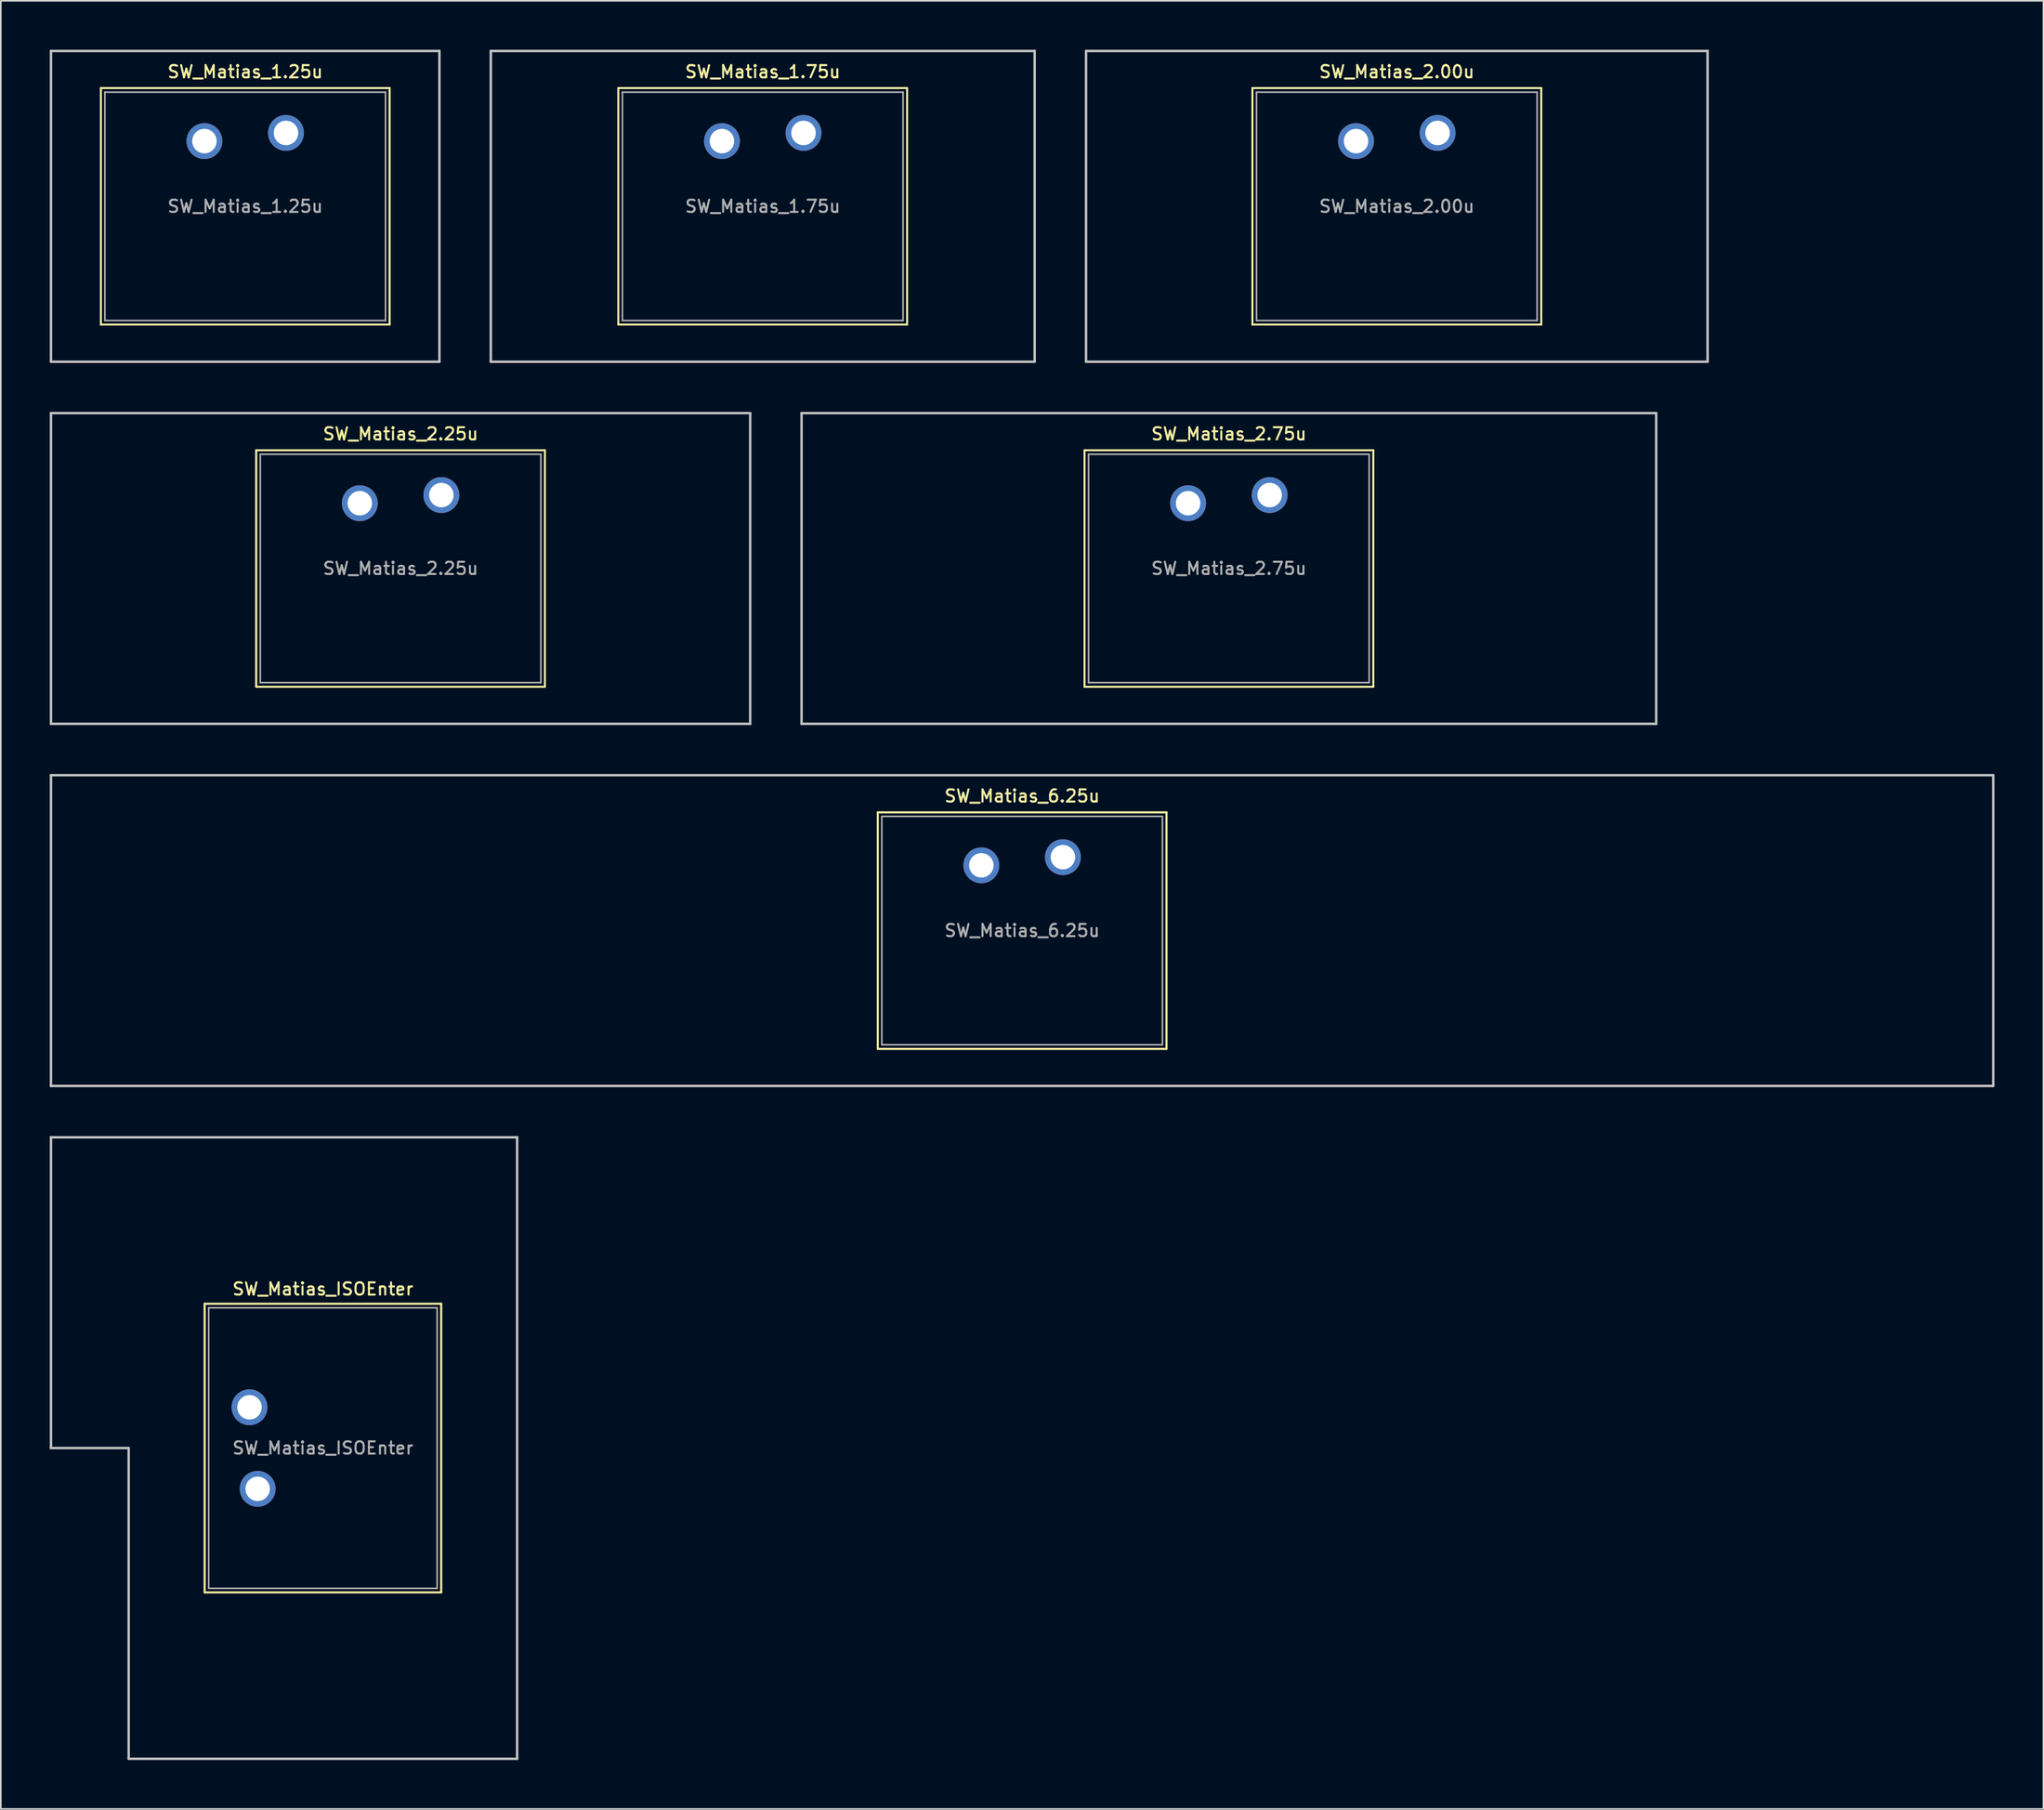
<source format=kicad_pcb>
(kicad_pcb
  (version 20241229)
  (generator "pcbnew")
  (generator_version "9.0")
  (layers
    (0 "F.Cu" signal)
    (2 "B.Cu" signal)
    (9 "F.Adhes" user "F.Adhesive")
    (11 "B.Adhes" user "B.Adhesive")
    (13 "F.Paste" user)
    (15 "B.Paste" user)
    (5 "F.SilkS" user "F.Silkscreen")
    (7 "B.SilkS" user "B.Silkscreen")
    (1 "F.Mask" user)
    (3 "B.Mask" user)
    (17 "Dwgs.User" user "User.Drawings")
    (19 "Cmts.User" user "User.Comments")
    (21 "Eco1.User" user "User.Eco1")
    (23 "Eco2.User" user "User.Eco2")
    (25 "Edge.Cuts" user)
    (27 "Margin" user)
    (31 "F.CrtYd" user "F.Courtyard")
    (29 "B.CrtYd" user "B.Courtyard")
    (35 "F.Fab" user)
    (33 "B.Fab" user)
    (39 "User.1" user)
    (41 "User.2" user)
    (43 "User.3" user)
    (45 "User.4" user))
  (footprint "SW_Matias_ISOEnter"
    (layer "F.Cu")
    (at 12.244 83.225)
    (property "Reference" "SW_Matias_ISOEnter" (at 4.5 -7.25 0) (layer "F.SilkS") (effects (font (size 0.75 0.75) (thickness 0.125))))
    (attr through_hole)
    (fp_line (start -2.75 -6.35) (end 11.75 -6.35) (stroke (width 0.12) (type solid)) (layer "F.SilkS"))
    (fp_line (start -2.75 11.35) (end -2.75 -6.35) (stroke (width 0.1) (type solid)) (layer "F.SilkS"))
    (fp_line (start -2.75 11.35) (end -2.75 -6.35) (stroke (width 0.12) (type solid)) (layer "F.SilkS"))
    (fp_line (start -2.75 11.35) (end 11.75 11.35) (stroke (width 0.1) (type solid)) (layer "F.SilkS"))
    (fp_line (start 11.75 -6.35) (end -2.75 -6.35) (stroke (width 0.1) (type solid)) (layer "F.SilkS"))
    (fp_line (start 11.75 -6.35) (end 11.75 11.35) (stroke (width 0.12) (type solid)) (layer "F.SilkS"))
    (fp_line (start 11.75 11.35) (end -2.75 11.35) (stroke (width 0.12) (type solid)) (layer "F.SilkS"))
    (fp_line (start 11.75 11.35) (end 11.75 -6.35) (stroke (width 0.1) (type solid)) (layer "F.SilkS"))
    (fp_line (start -12.169 -16.55) (end -12.169 2.5) (stroke (width 0.15) (type solid)) (layer "Dwgs.User"))
    (fp_line (start -12.169 -16.55) (end 16.406 -16.55) (stroke (width 0.15) (type solid)) (layer "Dwgs.User"))
    (fp_line (start -12.169 2.5) (end -7.406 2.5) (stroke (width 0.15) (type solid)) (layer "Dwgs.User"))
    (fp_line (start -7.406 21.55) (end -7.406 2.5) (stroke (width 0.15) (type solid)) (layer "Dwgs.User"))
    (fp_line (start 16.406 -16.55) (end 16.406 21.55) (stroke (width 0.15) (type solid)) (layer "Dwgs.User"))
    (fp_line (start 16.406 21.55) (end -7.406 21.55) (stroke (width 0.15) (type solid)) (layer "Dwgs.User"))
    (fp_line (start -2.5 -6.1) (end 11.5 -6.1) (stroke (width 0.1) (type solid)) (layer "F.Fab"))
    (fp_line (start -2.5 11.1) (end -2.5 -6.1) (stroke (width 0.1) (type solid)) (layer "F.Fab"))
    (fp_line (start 11.5 -6.1) (end 11.5 11.1) (stroke (width 0.1) (type solid)) (layer "F.Fab"))
    (fp_line (start 11.5 11.1) (end -2.5 11.1) (stroke (width 0.1) (type solid)) (layer "F.Fab"))
    (fp_text user "${REFERENCE}" (at 4.5 2.5 180) (layer "F.Fab") (effects (font (size 0.75 0.75) (thickness 0.125))))
    (pad "1" thru_hole circle (at 0 0) (size 2.2 2.2) (drill 1.5) (layers "*.Cu" "*.Mask"))
    (pad "2" thru_hole circle (at 0.5 5) (size 2.2 2.2) (drill 1.5) (layers "*.Cu" "*.Mask")))
  (footprint "SW_Matias_2.00u"
    (layer "F.Cu")
    (at 85.075 5.1)
    (property "Reference" "SW_Matias_2.00u" (at -2.5 -3.75 0) (layer "F.SilkS") (effects (font (size 0.75 0.75) (thickness 0.125))))
    (attr through_hole)
    (fp_line (start -11.35 -2.75) (end -11.35 11.75) (stroke (width 0.1) (type solid)) (layer "F.SilkS"))
    (fp_line (start -11.35 -2.75) (end 6.35 -2.75) (stroke (width 0.1) (type solid)) (layer "F.SilkS"))
    (fp_line (start -11.35 -2.75) (end 6.35 -2.75) (stroke (width 0.12) (type solid)) (layer "F.SilkS"))
    (fp_line (start -11.35 11.75) (end -11.35 -2.75) (stroke (width 0.12) (type solid)) (layer "F.SilkS"))
    (fp_line (start -11.35 11.75) (end 6.35 11.75) (stroke (width 0.1) (type solid)) (layer "F.SilkS"))
    (fp_line (start 6.35 -2.75) (end 6.35 11.75) (stroke (width 0.12) (type solid)) (layer "F.SilkS"))
    (fp_line (start 6.35 11.75) (end -11.35 11.75) (stroke (width 0.12) (type solid)) (layer "F.SilkS"))
    (fp_line (start 6.35 11.75) (end 6.35 -2.75) (stroke (width 0.1) (type solid)) (layer "F.SilkS"))
    (fp_line (start -21.55 -5.025) (end 16.55 -5.025) (stroke (width 0.15) (type solid)) (layer "Dwgs.User"))
    (fp_line (start -21.55 14.025) (end -21.55 -5.025) (stroke (width 0.15) (type solid)) (layer "Dwgs.User"))
    (fp_line (start 16.55 -5.025) (end 16.55 14.025) (stroke (width 0.15) (type solid)) (layer "Dwgs.User"))
    (fp_line (start 16.55 14.025) (end -21.55 14.025) (stroke (width 0.15) (type solid)) (layer "Dwgs.User"))
    (fp_line (start -11.1 -2.5) (end 6.1 -2.5) (stroke (width 0.1) (type solid)) (layer "F.Fab"))
    (fp_line (start -11.1 11.5) (end -11.1 -2.5) (stroke (width 0.1) (type solid)) (layer "F.Fab"))
    (fp_line (start 6.1 -2.5) (end 6.1 11.5) (stroke (width 0.1) (type solid)) (layer "F.Fab"))
    (fp_line (start 6.1 11.5) (end -11.1 11.5) (stroke (width 0.1) (type solid)) (layer "F.Fab"))
    (fp_text user "${REFERENCE}" (at -2.5 4.5 0) (layer "F.Fab") (effects (font (size 0.75 0.75) (thickness 0.125))))
    (pad "1" thru_hole circle (at 0 0) (size 2.2 2.2) (drill 1.5) (layers "*.Cu" "*.Mask"))
    (pad "2" thru_hole circle (at -5 0.5) (size 2.2 2.2) (drill 1.5) (layers "*.Cu" "*.Mask")))
  (footprint "SW_Matias_1.75u"
    (layer "F.Cu")
    (at 46.206 5.1)
    (property "Reference" "SW_Matias_1.75u" (at -2.5 -3.75 0) (layer "F.SilkS") (effects (font (size 0.75 0.75) (thickness 0.125))))
    (attr through_hole)
    (fp_line (start -11.35 -2.75) (end -11.35 11.75) (stroke (width 0.1) (type solid)) (layer "F.SilkS"))
    (fp_line (start -11.35 -2.75) (end 6.35 -2.75) (stroke (width 0.1) (type solid)) (layer "F.SilkS"))
    (fp_line (start -11.35 -2.75) (end 6.35 -2.75) (stroke (width 0.12) (type solid)) (layer "F.SilkS"))
    (fp_line (start -11.35 11.75) (end -11.35 -2.75) (stroke (width 0.12) (type solid)) (layer "F.SilkS"))
    (fp_line (start -11.35 11.75) (end 6.35 11.75) (stroke (width 0.1) (type solid)) (layer "F.SilkS"))
    (fp_line (start 6.35 -2.75) (end 6.35 11.75) (stroke (width 0.12) (type solid)) (layer "F.SilkS"))
    (fp_line (start 6.35 11.75) (end -11.35 11.75) (stroke (width 0.12) (type solid)) (layer "F.SilkS"))
    (fp_line (start 6.35 11.75) (end 6.35 -2.75) (stroke (width 0.1) (type solid)) (layer "F.SilkS"))
    (fp_line (start -19.169 -5.025) (end 14.169 -5.025) (stroke (width 0.15) (type solid)) (layer "Dwgs.User"))
    (fp_line (start -19.169 14.025) (end -19.169 -5.025) (stroke (width 0.15) (type solid)) (layer "Dwgs.User"))
    (fp_line (start 14.169 -5.025) (end 14.169 14.025) (stroke (width 0.15) (type solid)) (layer "Dwgs.User"))
    (fp_line (start 14.169 14.025) (end -19.169 14.025) (stroke (width 0.15) (type solid)) (layer "Dwgs.User"))
    (fp_line (start -11.1 -2.5) (end 6.1 -2.5) (stroke (width 0.1) (type solid)) (layer "F.Fab"))
    (fp_line (start -11.1 11.5) (end -11.1 -2.5) (stroke (width 0.1) (type solid)) (layer "F.Fab"))
    (fp_line (start 6.1 -2.5) (end 6.1 11.5) (stroke (width 0.1) (type solid)) (layer "F.Fab"))
    (fp_line (start 6.1 11.5) (end -11.1 11.5) (stroke (width 0.1) (type solid)) (layer "F.Fab"))
    (fp_text user "${REFERENCE}" (at -2.5 4.5 0) (layer "F.Fab") (effects (font (size 0.75 0.75) (thickness 0.125))))
    (pad "1" thru_hole circle (at 0 0) (size 2.2 2.2) (drill 1.5) (layers "*.Cu" "*.Mask"))
    (pad "2" thru_hole circle (at -5 0.5) (size 2.2 2.2) (drill 1.5) (layers "*.Cu" "*.Mask")))
  (footprint "SW_Matias_2.75u"
    (layer "F.Cu")
    (at 74.781 27.3)
    (property "Reference" "SW_Matias_2.75u" (at -2.5 -3.75 0) (layer "F.SilkS") (effects (font (size 0.75 0.75) (thickness 0.125))))
    (attr through_hole)
    (fp_line (start -11.35 -2.75) (end -11.35 11.75) (stroke (width 0.1) (type solid)) (layer "F.SilkS"))
    (fp_line (start -11.35 -2.75) (end 6.35 -2.75) (stroke (width 0.1) (type solid)) (layer "F.SilkS"))
    (fp_line (start -11.35 -2.75) (end 6.35 -2.75) (stroke (width 0.12) (type solid)) (layer "F.SilkS"))
    (fp_line (start -11.35 11.75) (end -11.35 -2.75) (stroke (width 0.12) (type solid)) (layer "F.SilkS"))
    (fp_line (start -11.35 11.75) (end 6.35 11.75) (stroke (width 0.1) (type solid)) (layer "F.SilkS"))
    (fp_line (start 6.35 -2.75) (end 6.35 11.75) (stroke (width 0.12) (type solid)) (layer "F.SilkS"))
    (fp_line (start 6.35 11.75) (end -11.35 11.75) (stroke (width 0.12) (type solid)) (layer "F.SilkS"))
    (fp_line (start 6.35 11.75) (end 6.35 -2.75) (stroke (width 0.1) (type solid)) (layer "F.SilkS"))
    (fp_line (start -28.694 -5.025) (end 23.694 -5.025) (stroke (width 0.15) (type solid)) (layer "Dwgs.User"))
    (fp_line (start -28.694 14.025) (end -28.694 -5.025) (stroke (width 0.15) (type solid)) (layer "Dwgs.User"))
    (fp_line (start 23.694 -5.025) (end 23.694 14.025) (stroke (width 0.15) (type solid)) (layer "Dwgs.User"))
    (fp_line (start 23.694 14.025) (end -28.694 14.025) (stroke (width 0.15) (type solid)) (layer "Dwgs.User"))
    (fp_line (start -11.1 -2.5) (end 6.1 -2.5) (stroke (width 0.1) (type solid)) (layer "F.Fab"))
    (fp_line (start -11.1 11.5) (end -11.1 -2.5) (stroke (width 0.1) (type solid)) (layer "F.Fab"))
    (fp_line (start 6.1 -2.5) (end 6.1 11.5) (stroke (width 0.1) (type solid)) (layer "F.Fab"))
    (fp_line (start 6.1 11.5) (end -11.1 11.5) (stroke (width 0.1) (type solid)) (layer "F.Fab"))
    (fp_text user "${REFERENCE}" (at -2.5 4.5 0) (layer "F.Fab") (effects (font (size 0.75 0.75) (thickness 0.125))))
    (pad "1" thru_hole circle (at 0 0) (size 2.2 2.2) (drill 1.5) (layers "*.Cu" "*.Mask"))
    (pad "2" thru_hole circle (at -5 0.5) (size 2.2 2.2) (drill 1.5) (layers "*.Cu" "*.Mask")))
  (footprint "SW_Matias_2.25u"
    (layer "F.Cu")
    (at 24.006 27.3)
    (property "Reference" "SW_Matias_2.25u" (at -2.5 -3.75 0) (layer "F.SilkS") (effects (font (size 0.75 0.75) (thickness 0.125))))
    (attr through_hole)
    (fp_line (start -11.35 -2.75) (end -11.35 11.75) (stroke (width 0.1) (type solid)) (layer "F.SilkS"))
    (fp_line (start -11.35 -2.75) (end 6.35 -2.75) (stroke (width 0.1) (type solid)) (layer "F.SilkS"))
    (fp_line (start -11.35 -2.75) (end 6.35 -2.75) (stroke (width 0.12) (type solid)) (layer "F.SilkS"))
    (fp_line (start -11.35 11.75) (end -11.35 -2.75) (stroke (width 0.12) (type solid)) (layer "F.SilkS"))
    (fp_line (start -11.35 11.75) (end 6.35 11.75) (stroke (width 0.1) (type solid)) (layer "F.SilkS"))
    (fp_line (start 6.35 -2.75) (end 6.35 11.75) (stroke (width 0.12) (type solid)) (layer "F.SilkS"))
    (fp_line (start 6.35 11.75) (end -11.35 11.75) (stroke (width 0.12) (type solid)) (layer "F.SilkS"))
    (fp_line (start 6.35 11.75) (end 6.35 -2.75) (stroke (width 0.1) (type solid)) (layer "F.SilkS"))
    (fp_line (start -23.931 -5.025) (end 18.931 -5.025) (stroke (width 0.15) (type solid)) (layer "Dwgs.User"))
    (fp_line (start -23.931 14.025) (end -23.931 -5.025) (stroke (width 0.15) (type solid)) (layer "Dwgs.User"))
    (fp_line (start 18.931 -5.025) (end 18.931 14.025) (stroke (width 0.15) (type solid)) (layer "Dwgs.User"))
    (fp_line (start 18.931 14.025) (end -23.931 14.025) (stroke (width 0.15) (type solid)) (layer "Dwgs.User"))
    (fp_line (start -11.1 -2.5) (end 6.1 -2.5) (stroke (width 0.1) (type solid)) (layer "F.Fab"))
    (fp_line (start -11.1 11.5) (end -11.1 -2.5) (stroke (width 0.1) (type solid)) (layer "F.Fab"))
    (fp_line (start 6.1 -2.5) (end 6.1 11.5) (stroke (width 0.1) (type solid)) (layer "F.Fab"))
    (fp_line (start 6.1 11.5) (end -11.1 11.5) (stroke (width 0.1) (type solid)) (layer "F.Fab"))
    (fp_text user "${REFERENCE}" (at -2.5 4.5 0) (layer "F.Fab") (effects (font (size 0.75 0.75) (thickness 0.125))))
    (pad "1" thru_hole circle (at 0 0) (size 2.2 2.2) (drill 1.5) (layers "*.Cu" "*.Mask"))
    (pad "2" thru_hole circle (at -5 0.5) (size 2.2 2.2) (drill 1.5) (layers "*.Cu" "*.Mask")))
  (footprint "SW_Matias_6.25u"
    (layer "F.Cu")
    (at 62.106 49.5)
    (property "Reference" "SW_Matias_6.25u" (at -2.5 -3.75 0) (layer "F.SilkS") (effects (font (size 0.75 0.75) (thickness 0.125))))
    (attr through_hole)
    (fp_line (start -11.35 -2.75) (end -11.35 11.75) (stroke (width 0.1) (type solid)) (layer "F.SilkS"))
    (fp_line (start -11.35 -2.75) (end 6.35 -2.75) (stroke (width 0.1) (type solid)) (layer "F.SilkS"))
    (fp_line (start -11.35 -2.75) (end 6.35 -2.75) (stroke (width 0.12) (type solid)) (layer "F.SilkS"))
    (fp_line (start -11.35 11.75) (end -11.35 -2.75) (stroke (width 0.12) (type solid)) (layer "F.SilkS"))
    (fp_line (start -11.35 11.75) (end 6.35 11.75) (stroke (width 0.1) (type solid)) (layer "F.SilkS"))
    (fp_line (start 6.35 -2.75) (end 6.35 11.75) (stroke (width 0.12) (type solid)) (layer "F.SilkS"))
    (fp_line (start 6.35 11.75) (end -11.35 11.75) (stroke (width 0.12) (type solid)) (layer "F.SilkS"))
    (fp_line (start 6.35 11.75) (end 6.35 -2.75) (stroke (width 0.1) (type solid)) (layer "F.SilkS"))
    (fp_line (start -62.031 -5.025) (end 57.031 -5.025) (stroke (width 0.15) (type solid)) (layer "Dwgs.User"))
    (fp_line (start -62.031 14.025) (end -62.031 -5.025) (stroke (width 0.15) (type solid)) (layer "Dwgs.User"))
    (fp_line (start 57.031 -5.025) (end 57.031 14.025) (stroke (width 0.15) (type solid)) (layer "Dwgs.User"))
    (fp_line (start 57.031 14.025) (end -62.031 14.025) (stroke (width 0.15) (type solid)) (layer "Dwgs.User"))
    (fp_line (start -11.1 -2.5) (end 6.1 -2.5) (stroke (width 0.1) (type solid)) (layer "F.Fab"))
    (fp_line (start -11.1 11.5) (end -11.1 -2.5) (stroke (width 0.1) (type solid)) (layer "F.Fab"))
    (fp_line (start 6.1 -2.5) (end 6.1 11.5) (stroke (width 0.1) (type solid)) (layer "F.Fab"))
    (fp_line (start 6.1 11.5) (end -11.1 11.5) (stroke (width 0.1) (type solid)) (layer "F.Fab"))
    (fp_text user "${REFERENCE}" (at -2.5 4.5 0) (layer "F.Fab") (effects (font (size 0.75 0.75) (thickness 0.125))))
    (pad "1" thru_hole circle (at 0 0) (size 2.2 2.2) (drill 1.5) (layers "*.Cu" "*.Mask"))
    (pad "2" thru_hole circle (at -5 0.5) (size 2.2 2.2) (drill 1.5) (layers "*.Cu" "*.Mask")))
  (footprint "SW_Matias_1.25u"
    (layer "F.Cu")
    (at 14.481 5.1)
    (property "Reference" "SW_Matias_1.25u" (at -2.5 -3.75 0) (layer "F.SilkS") (effects (font (size 0.75 0.75) (thickness 0.125))))
    (attr through_hole)
    (fp_line (start -11.35 -2.75) (end -11.35 11.75) (stroke (width 0.1) (type solid)) (layer "F.SilkS"))
    (fp_line (start -11.35 -2.75) (end 6.35 -2.75) (stroke (width 0.1) (type solid)) (layer "F.SilkS"))
    (fp_line (start -11.35 -2.75) (end 6.35 -2.75) (stroke (width 0.12) (type solid)) (layer "F.SilkS"))
    (fp_line (start -11.35 11.75) (end -11.35 -2.75) (stroke (width 0.12) (type solid)) (layer "F.SilkS"))
    (fp_line (start -11.35 11.75) (end 6.35 11.75) (stroke (width 0.1) (type solid)) (layer "F.SilkS"))
    (fp_line (start 6.35 -2.75) (end 6.35 11.75) (stroke (width 0.12) (type solid)) (layer "F.SilkS"))
    (fp_line (start 6.35 11.75) (end -11.35 11.75) (stroke (width 0.12) (type solid)) (layer "F.SilkS"))
    (fp_line (start 6.35 11.75) (end 6.35 -2.75) (stroke (width 0.1) (type solid)) (layer "F.SilkS"))
    (fp_line (start -14.406 -5.025) (end 9.406 -5.025) (stroke (width 0.15) (type solid)) (layer "Dwgs.User"))
    (fp_line (start -14.406 14.025) (end -14.406 -5.025) (stroke (width 0.15) (type solid)) (layer "Dwgs.User"))
    (fp_line (start 9.406 -5.025) (end 9.406 14.025) (stroke (width 0.15) (type solid)) (layer "Dwgs.User"))
    (fp_line (start 9.406 14.025) (end -14.406 14.025) (stroke (width 0.15) (type solid)) (layer "Dwgs.User"))
    (fp_line (start -11.1 -2.5) (end 6.1 -2.5) (stroke (width 0.1) (type solid)) (layer "F.Fab"))
    (fp_line (start -11.1 11.5) (end -11.1 -2.5) (stroke (width 0.1) (type solid)) (layer "F.Fab"))
    (fp_line (start 6.1 -2.5) (end 6.1 11.5) (stroke (width 0.1) (type solid)) (layer "F.Fab"))
    (fp_line (start 6.1 11.5) (end -11.1 11.5) (stroke (width 0.1) (type solid)) (layer "F.Fab"))
    (fp_text user "${REFERENCE}" (at -2.5 4.5 0) (layer "F.Fab") (effects (font (size 0.75 0.75) (thickness 0.125))))
    (pad "1" thru_hole circle (at 0 0) (size 2.2 2.2) (drill 1.5) (layers "*.Cu" "*.Mask"))
    (pad "2" thru_hole circle (at -5 0.5) (size 2.2 2.2) (drill 1.5) (layers "*.Cu" "*.Mask")))
  (gr_rect
    (start -3 -3)
    (end 122.213 107.85)
    (stroke (width 0.1) (type default))
    (fill no)
    (layer "Edge.Cuts")))
</source>
